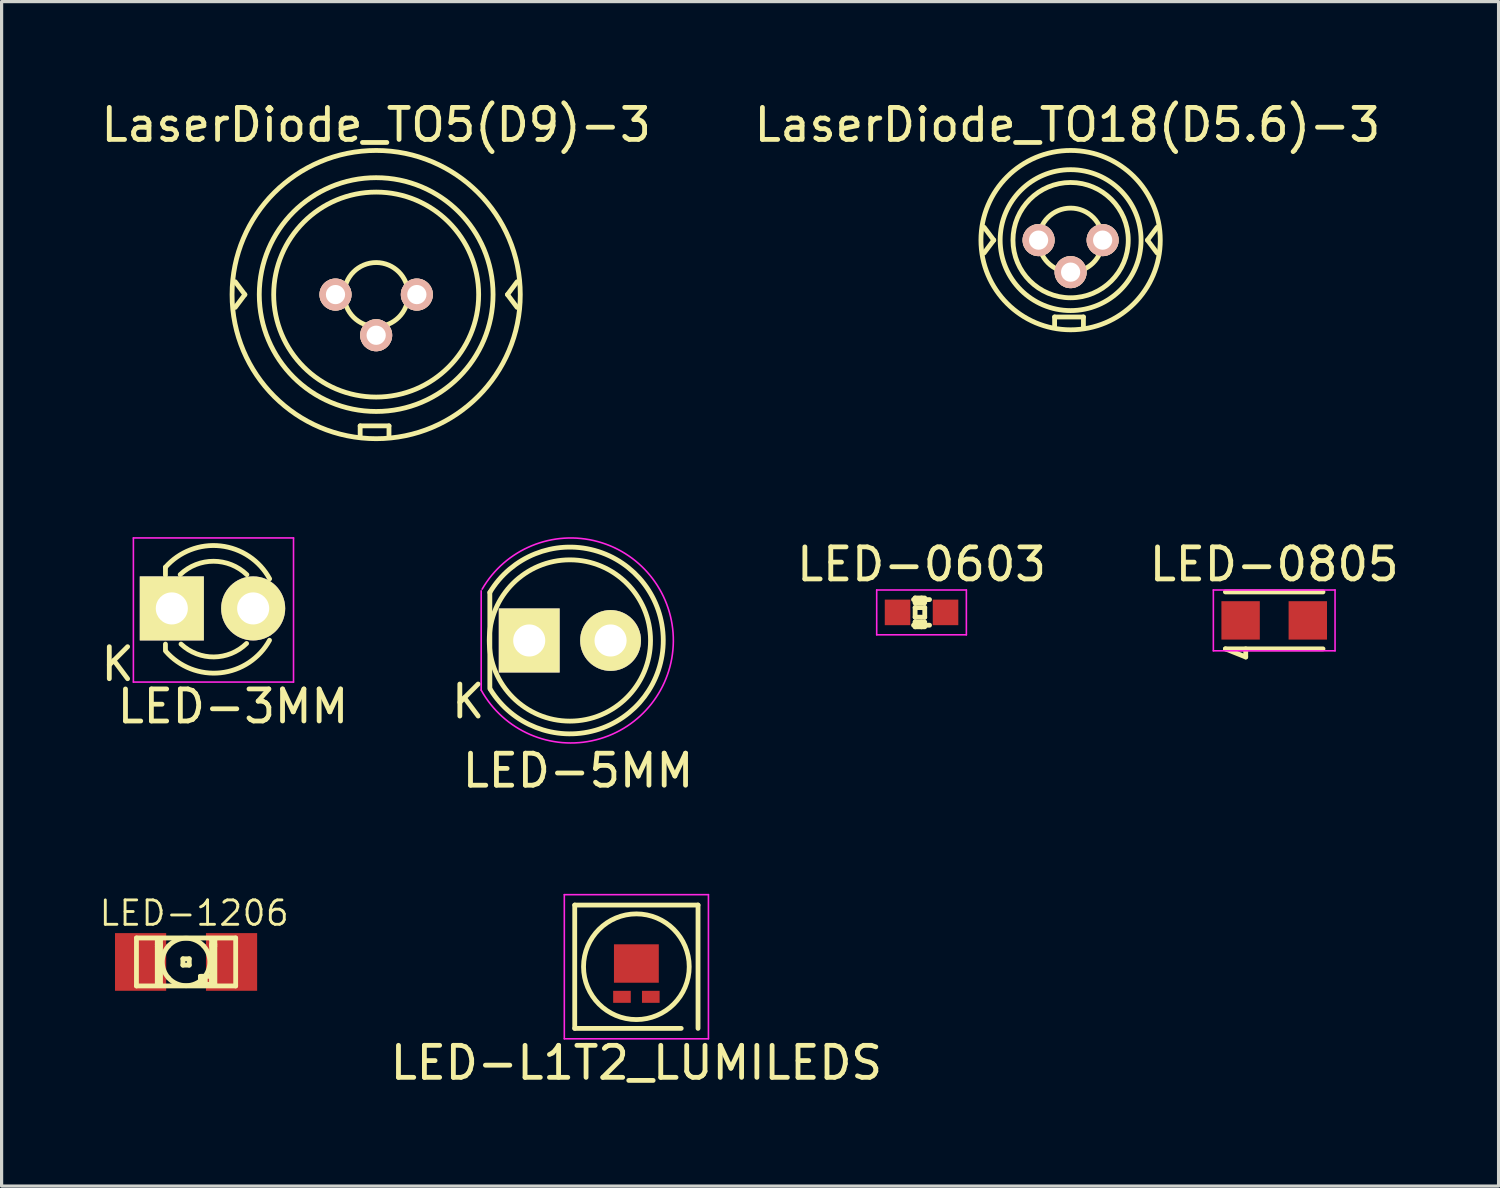
<source format=kicad_pcb>
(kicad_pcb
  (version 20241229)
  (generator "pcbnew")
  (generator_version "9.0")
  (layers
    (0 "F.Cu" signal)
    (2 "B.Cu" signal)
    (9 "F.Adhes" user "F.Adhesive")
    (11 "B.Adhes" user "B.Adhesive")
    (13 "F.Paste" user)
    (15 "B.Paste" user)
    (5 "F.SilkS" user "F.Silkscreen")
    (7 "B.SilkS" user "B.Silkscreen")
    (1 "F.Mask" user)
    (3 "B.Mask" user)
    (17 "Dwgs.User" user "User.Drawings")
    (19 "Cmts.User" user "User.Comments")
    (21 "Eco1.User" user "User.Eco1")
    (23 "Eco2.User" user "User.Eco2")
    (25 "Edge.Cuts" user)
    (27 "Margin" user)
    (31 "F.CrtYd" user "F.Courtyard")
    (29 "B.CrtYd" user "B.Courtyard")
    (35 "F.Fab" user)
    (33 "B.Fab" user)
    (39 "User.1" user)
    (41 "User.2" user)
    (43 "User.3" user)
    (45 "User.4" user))
  (footprint "LED-1206"
    (layer "F.Cu")
    (at 2.76 26.987)
    (property "Reference" "LED-1206" (at 0.254 -1.524 0) (layer "F.SilkS") (effects (font (size 0.762 0.762) (thickness 0.089))))
    (attr smd)
    (fp_line (start -1.549 -0.749) (end 1.549 -0.749) (stroke (width 0.15) (type solid)) (layer "F.SilkS"))
    (fp_line (start -1.549 0.749) (end -1.549 -0.749) (stroke (width 0.15) (type solid)) (layer "F.SilkS"))
    (fp_line (start -0.899 -0.699) (end -0.798 -0.699) (stroke (width 0.15) (type solid)) (layer "F.SilkS"))
    (fp_line (start -0.899 -0.549) (end -0.899 -0.699) (stroke (width 0.15) (type solid)) (layer "F.SilkS"))
    (fp_line (start -0.899 -0.549) (end -0.798 -0.549) (stroke (width 0.15) (type solid)) (layer "F.SilkS"))
    (fp_line (start -0.899 -0.498) (end -0.798 -0.498) (stroke (width 0.15) (type solid)) (layer "F.SilkS"))
    (fp_line (start -0.899 0.699) (end -0.899 -0.498) (stroke (width 0.15) (type solid)) (layer "F.SilkS"))
    (fp_line (start -0.899 0.699) (end -0.798 0.699) (stroke (width 0.15) (type solid)) (layer "F.SilkS"))
    (fp_line (start -0.798 -0.549) (end -0.798 -0.699) (stroke (width 0.15) (type solid)) (layer "F.SilkS"))
    (fp_line (start -0.798 0.699) (end -0.798 -0.498) (stroke (width 0.15) (type solid)) (layer "F.SilkS"))
    (fp_line (start -0.099 -0.099) (end 0.099 -0.099) (stroke (width 0.15) (type solid)) (layer "F.SilkS"))
    (fp_line (start -0.099 0.099) (end -0.099 -0.099) (stroke (width 0.15) (type solid)) (layer "F.SilkS"))
    (fp_line (start -0.099 0.099) (end 0.099 0.099) (stroke (width 0.15) (type solid)) (layer "F.SilkS"))
    (fp_line (start 0.099 0.099) (end 0.099 -0.099) (stroke (width 0.15) (type solid)) (layer "F.SilkS"))
    (fp_line (start 0.45 0.45) (end 0.599 0.45) (stroke (width 0.15) (type solid)) (layer "F.SilkS"))
    (fp_line (start 0.45 0.45) (end 0.798 0.45) (stroke (width 0.15) (type solid)) (layer "F.SilkS"))
    (fp_line (start 0.45 0.699) (end 0.45 0.45) (stroke (width 0.15) (type solid)) (layer "F.SilkS"))
    (fp_line (start 0.45 0.699) (end 0.45 0.45) (stroke (width 0.15) (type solid)) (layer "F.SilkS"))
    (fp_line (start 0.45 0.699) (end 0.599 0.699) (stroke (width 0.15) (type solid)) (layer "F.SilkS"))
    (fp_line (start 0.45 0.699) (end 0.798 0.699) (stroke (width 0.15) (type solid)) (layer "F.SilkS"))
    (fp_line (start 0.599 0.699) (end 0.599 0.45) (stroke (width 0.15) (type solid)) (layer "F.SilkS"))
    (fp_line (start 0.798 -0.699) (end 0.899 -0.699) (stroke (width 0.15) (type solid)) (layer "F.SilkS"))
    (fp_line (start 0.798 -0.549) (end 0.798 -0.699) (stroke (width 0.15) (type solid)) (layer "F.SilkS"))
    (fp_line (start 0.798 -0.549) (end 0.899 -0.549) (stroke (width 0.15) (type solid)) (layer "F.SilkS"))
    (fp_line (start 0.798 -0.498) (end 0.899 -0.498) (stroke (width 0.15) (type solid)) (layer "F.SilkS"))
    (fp_line (start 0.798 0.699) (end 0.798 -0.498) (stroke (width 0.15) (type solid)) (layer "F.SilkS"))
    (fp_line (start 0.798 0.699) (end 0.798 0.45) (stroke (width 0.15) (type solid)) (layer "F.SilkS"))
    (fp_line (start 0.798 0.699) (end 0.899 0.699) (stroke (width 0.15) (type solid)) (layer "F.SilkS"))
    (fp_line (start 0.899 -0.549) (end 0.899 -0.699) (stroke (width 0.15) (type solid)) (layer "F.SilkS"))
    (fp_line (start 0.899 0.699) (end 0.899 -0.498) (stroke (width 0.15) (type solid)) (layer "F.SilkS"))
    (fp_line (start 1.549 -0.749) (end 1.549 0.749) (stroke (width 0.15) (type solid)) (layer "F.SilkS"))
    (fp_line (start 1.549 0.749) (end -1.549 0.749) (stroke (width 0.15) (type solid)) (layer "F.SilkS"))
    (fp_arc (start -0.54864 -0.49784) (mid -0.001024 -0.740844) (end 0.547262 -0.499354) (stroke (width 0.15) (type solid)) (layer "F.SilkS"))
    (fp_arc (start -0.54864 0.49784) (mid -0.740844 -0.000377) (end -0.548133 -0.498398) (stroke (width 0.15) (type solid)) (layer "F.SilkS"))
    (fp_arc (start 0.54864 -0.49784) (mid 0.740844 0.000377) (end 0.548133 0.498398) (stroke (width 0.15) (type solid)) (layer "F.SilkS"))
    (fp_arc (start 0.54864 0.49784) (mid 0.001024 0.740844) (end -0.547262 0.499354) (stroke (width 0.15) (type solid)) (layer "F.SilkS"))
    (pad "1" smd rect (at -1.42 0) (size 1.598 1.801) (layers "F.Cu" "F.Mask" "F.Paste"))
    (pad "2" smd rect (at 1.42 0) (size 1.598 1.801) (layers "F.Cu" "F.Mask" "F.Paste")))
  (footprint "LED-L1T2_LUMILEDS"
    (layer "F.Cu")
    (at 16.821 27.136)
    (property "Reference" "LED-L1T2_LUMILEDS" (at 0 3 0) (layer "F.SilkS") (effects (font (size 1 1) (thickness 0.15))))
    (attr through_hole)
    (fp_line (start -1.925 -1.925) (end 1.925 -1.925) (stroke (width 0.15) (type solid)) (layer "F.SilkS"))
    (fp_line (start -1.925 1.925) (end -1.925 -1.925) (stroke (width 0.15) (type solid)) (layer "F.SilkS"))
    (fp_line (start 1.4 1.925) (end -1.925 1.925) (stroke (width 0.15) (type solid)) (layer "F.SilkS"))
    (fp_line (start 1.925 -1.925) (end 1.925 1.925) (stroke (width 0.15) (type solid)) (layer "F.SilkS"))
    (fp_circle (center 0 0) (end 0 -1.65) (stroke (width 0.15) (type solid)) (fill no) (layer "F.SilkS"))
    (fp_line (start -2.25 -2.25) (end 2.25 -2.25) (stroke (width 0.05) (type solid)) (layer "F.CrtYd"))
    (fp_line (start -2.25 2.25) (end -2.25 -2.25) (stroke (width 0.05) (type solid)) (layer "F.CrtYd"))
    (fp_line (start 2.25 -2.25) (end 2.25 2.25) (stroke (width 0.05) (type solid)) (layer "F.CrtYd"))
    (fp_line (start 2.25 2.25) (end -2.25 2.25) (stroke (width 0.05) (type solid)) (layer "F.CrtYd"))
    (pad "1" smd rect (at 0.45 0.94) (size 0.55 0.375) (layers "F.Cu" "F.Mask" "F.Paste"))
    (pad "2" smd rect (at -0.45 0.94) (size 0.55 0.375) (layers "F.Cu" "F.Mask" "F.Paste"))
    (pad "3" smd rect (at 0 -0.1) (size 1.4 1.2) (layers "F.Cu" "F.Mask" "F.Paste")))
  (footprint "LED-0603"
    (layer "F.Cu")
    (at 25.725 16.072)
    (property "Reference" "LED-0603" (at 0 -1.5 0) (layer "F.SilkS") (effects (font (size 1 1) (thickness 0.15))))
    (attr smd)
    (fp_line (start -0.25 -0.4) (end 0.25 -0.4) (stroke (width 0.15) (type solid)) (layer "F.SilkS"))
    (fp_line (start -0.2 -0.45) (end -0.2 -0.3) (stroke (width 0.15) (type solid)) (layer "F.SilkS"))
    (fp_line (start -0.2 -0.15) (end -0.2 0.15) (stroke (width 0.15) (type solid)) (layer "F.SilkS"))
    (fp_line (start -0.2 0.3) (end -0.2 0.45) (stroke (width 0.15) (type solid)) (layer "F.SilkS"))
    (fp_line (start 0 -0.45) (end 0 -0.3) (stroke (width 0.15) (type solid)) (layer "F.SilkS"))
    (fp_line (start 0 0.3) (end 0 0.45) (stroke (width 0.15) (type solid)) (layer "F.SilkS"))
    (fp_line (start 0.1 -0.45) (end -0.2 -0.45) (stroke (width 0.15) (type solid)) (layer "F.SilkS"))
    (fp_line (start 0.1 -0.3) (end -0.2 -0.3) (stroke (width 0.15) (type solid)) (layer "F.SilkS"))
    (fp_line (start 0.1 -0.15) (end -0.2 -0.15) (stroke (width 0.15) (type solid)) (layer "F.SilkS"))
    (fp_line (start 0.1 -0.15) (end 0.1 0.15) (stroke (width 0.15) (type solid)) (layer "F.SilkS"))
    (fp_line (start 0.1 0.15) (end -0.2 0.15) (stroke (width 0.15) (type solid)) (layer "F.SilkS"))
    (fp_line (start 0.1 0.3) (end -0.2 0.3) (stroke (width 0.15) (type solid)) (layer "F.SilkS"))
    (fp_line (start 0.1 0.45) (end -0.2 0.45) (stroke (width 0.15) (type solid)) (layer "F.SilkS"))
    (fp_line (start 0.25 0.4) (end -0.25 0.4) (stroke (width 0.15) (type solid)) (layer "F.SilkS"))
    (fp_line (start -1.4 -0.7) (end 1.4 -0.7) (stroke (width 0.05) (type solid)) (layer "F.CrtYd"))
    (fp_line (start -1.4 0.7) (end -1.4 -0.7) (stroke (width 0.05) (type solid)) (layer "F.CrtYd"))
    (fp_line (start 1.4 -0.7) (end 1.4 0.7) (stroke (width 0.05) (type solid)) (layer "F.CrtYd"))
    (fp_line (start 1.4 0.7) (end -1.4 0.7) (stroke (width 0.05) (type solid)) (layer "F.CrtYd"))
    (pad "1" smd rect (at -0.749 0 180) (size 0.798 0.798) (layers "F.Cu" "F.Mask" "F.Paste"))
    (pad "2" smd rect (at 0.749 0 180) (size 0.798 0.798) (layers "F.Cu" "F.Mask" "F.Paste")))
  (footprint "LED-5MM"
    (layer "F.Cu")
    (at 13.475 16.949)
    (property "Reference" "LED-5MM" (at 1.524 4.064 0) (layer "F.SilkS") (effects (font (size 1 1) (thickness 0.15))))
    (attr through_hole)
    (fp_line (start -1.23 1.5) (end -1.23 -1.5) (stroke (width 0.15) (type solid)) (layer "F.SilkS"))
    (fp_arc (start -1.23 -1.5) (mid 4.18544 -0.014565) (end -1.214888 1.524904) (stroke (width 0.15) (type solid)) (layer "F.SilkS"))
    (fp_circle (center 1.27 0) (end 0.97 -2.5) (stroke (width 0.15) (type solid)) (fill no) (layer "F.SilkS"))
    (fp_line (start -1.5 -1.55) (end -1.5 1.55) (stroke (width 0.05) (type solid)) (layer "F.CrtYd"))
    (fp_arc (start -1.470716 -1.601759) (mid 4.500252 0.029734) (end -1.5 1.55) (stroke (width 0.05) (type solid)) (layer "F.CrtYd"))
    (fp_text user "K" (at -1.905 1.905 0) (layer "F.SilkS") (effects (font (size 1 1) (thickness 0.15))))
    (pad "1" thru_hole rect (at 0 0 90) (size 2 1.9) (drill 1.001) (layers "*.Cu" "*.Mask" "F.SilkS"))
    (pad "2" thru_hole circle (at 2.54 0) (size 1.9 1.9) (drill 1.001) (layers "*.Cu" "*.Mask" "F.SilkS")))
  (footprint "LED-3MM"
    (layer "F.Cu")
    (at 2.315 15.948)
    (property "Reference" "LED-3MM" (at 1.91 3.06 0) (layer "F.SilkS") (effects (font (size 1 1) (thickness 0.15))))
    (attr through_hole)
    (fp_line (start -0.199 -1.286) (end -0.199 -1.036) (stroke (width 0.15) (type solid)) (layer "F.SilkS"))
    (fp_line (start -0.199 1.314) (end -0.199 1.114) (stroke (width 0.15) (type solid)) (layer "F.SilkS"))
    (fp_arc (start -0.199 -1.286) (mid 1.521916 -1.951849) (end 3.054424 -0.924072) (stroke (width 0.15) (type solid)) (layer "F.SilkS"))
    (fp_arc (start 0.261 -1.056) (mid 1.303491 -1.47255) (end 2.344598 -1.052555) (stroke (width 0.15) (type solid)) (layer "F.SilkS"))
    (fp_arc (start 2.335 1.094) (mid 1.31492 1.51473) (end 0.287111 1.113252) (stroke (width 0.15) (type solid)) (layer "F.SilkS"))
    (fp_arc (start 3.051 0.994) (mid 1.522637 2.009958) (end -0.18622 1.340726) (stroke (width 0.15) (type solid)) (layer "F.SilkS"))
    (fp_line (start -1.2 -2.2) (end -1.2 2.3) (stroke (width 0.05) (type solid)) (layer "F.CrtYd"))
    (fp_line (start -1.2 2.3) (end 3.8 2.3) (stroke (width 0.05) (type solid)) (layer "F.CrtYd"))
    (fp_line (start 3.8 -2.2) (end -1.2 -2.2) (stroke (width 0.05) (type solid)) (layer "F.CrtYd"))
    (fp_line (start 3.8 2.3) (end 3.8 -2.2) (stroke (width 0.05) (type solid)) (layer "F.CrtYd"))
    (fp_text user "K" (at -1.69 1.74 0) (layer "F.SilkS") (effects (font (size 1 1) (thickness 0.15))))
    (pad "1" thru_hole rect (at 0 0 90) (size 2 2) (drill 1.001) (layers "*.Cu" "*.Mask" "F.SilkS"))
    (pad "2" thru_hole circle (at 2.54 0) (size 2 2) (drill 1.001) (layers "*.Cu" "*.Mask" "F.SilkS")))
  (footprint "LED-0805"
    (layer "F.Cu")
    (at 36.737 16.322)
    (property "Reference" "LED-0805" (at 0 -1.75 0) (layer "F.SilkS") (effects (font (size 1 1) (thickness 0.15))))
    (attr smd)
    (fp_line (start -1.524 -0.889) (end 1.524 -0.889) (stroke (width 0.15) (type solid)) (layer "F.SilkS"))
    (fp_line (start -1.524 0.889) (end -0.889 1.143) (stroke (width 0.15) (type solid)) (layer "F.SilkS"))
    (fp_line (start -1.524 0.889) (end 1.524 0.889) (stroke (width 0.15) (type solid)) (layer "F.SilkS"))
    (fp_line (start -0.889 1.143) (end -0.889 0.889) (stroke (width 0.15) (type solid)) (layer "F.SilkS"))
    (fp_line (start -1.9 -0.95) (end 1.9 -0.95) (stroke (width 0.05) (type solid)) (layer "F.CrtYd"))
    (fp_line (start -1.9 0.95) (end -1.9 -0.95) (stroke (width 0.05) (type solid)) (layer "F.CrtYd"))
    (fp_line (start 1.9 -0.95) (end 1.9 0.95) (stroke (width 0.05) (type solid)) (layer "F.CrtYd"))
    (fp_line (start 1.9 0.95) (end -1.9 0.95) (stroke (width 0.05) (type solid)) (layer "F.CrtYd"))
    (pad "1" smd rect (at -1.049 0 180) (size 1.199 1.199) (layers "F.Cu" "F.Mask" "F.Paste"))
    (pad "2" smd rect (at 1.049 0 180) (size 1.199 1.199) (layers "F.Cu" "F.Mask" "F.Paste")))
  (footprint "LaserDiode_TO18(D5.6)-3"
    (layer "F.Cu")
    (at 30.38 4.448)
    (property "Reference" "LaserDiode_TO18(D5.6)-3" (at -0.1 -3.6 0) (layer "F.SilkS") (effects (font (size 1 1) (thickness 0.15))))
    (attr through_hole)
    (fp_line (start -2.4 0) (end -2.7 -0.4) (stroke (width 0.15) (type solid)) (layer "F.SilkS"))
    (fp_line (start -2.4 0) (end -2.7 0.4) (stroke (width 0.15) (type solid)) (layer "F.SilkS"))
    (fp_line (start -0.5 2.4) (end 0.4 2.4) (stroke (width 0.15) (type solid)) (layer "F.SilkS"))
    (fp_line (start -0.5 2.7) (end -0.5 2.4) (stroke (width 0.15) (type solid)) (layer "F.SilkS"))
    (fp_line (start 0.4 2.4) (end 0.4 2.7) (stroke (width 0.15) (type solid)) (layer "F.SilkS"))
    (fp_line (start 2.4 0) (end 2.7 0.4) (stroke (width 0.15) (type solid)) (layer "F.SilkS"))
    (fp_line (start 2.7 -0.4) (end 2.4 0) (stroke (width 0.15) (type solid)) (layer "F.SilkS"))
    (fp_circle (center 0 0) (end -2.8 0) (stroke (width 0.15) (type solid)) (fill no) (layer "F.SilkS"))
    (fp_circle (center 0 0) (end 1 0) (stroke (width 0.15) (type solid)) (fill no) (layer "F.SilkS"))
    (fp_circle (center 0 0) (end 1.8 0) (stroke (width 0.15) (type solid)) (fill no) (layer "F.SilkS"))
    (fp_circle (center 0 0) (end 2.2 0) (stroke (width 0.15) (type solid)) (fill no) (layer "F.SilkS"))
    (pad "1" thru_hole circle (at -1 0) (size 1 1) (drill 0.6) (layers "*.Cu" "*.SilkS" "*.Mask"))
    (pad "2" thru_hole circle (at 0 1) (size 1 1) (drill 0.6) (layers "*.Cu" "*.SilkS" "*.Mask"))
    (pad "3" thru_hole circle (at 1 0) (size 1 1) (drill 0.6) (layers "*.Cu" "*.SilkS" "*.Mask")))
  (footprint "LaserDiode_TO5(D9)-3"
    (layer "F.Cu")
    (at 8.696 6.148)
    (property "Reference" "LaserDiode_TO5(D9)-3" (at 0 -5.3 0) (layer "F.SilkS") (effects (font (size 1 1) (thickness 0.15))))
    (attr through_hole)
    (fp_line (start -4.1 0) (end -4.4 -0.4) (stroke (width 0.15) (type solid)) (layer "F.SilkS"))
    (fp_line (start -4.1 0) (end -4.4 0.4) (stroke (width 0.15) (type solid)) (layer "F.SilkS"))
    (fp_line (start -0.5 4.1) (end 0.4 4.1) (stroke (width 0.15) (type solid)) (layer "F.SilkS"))
    (fp_line (start -0.5 4.4) (end -0.5 4.1) (stroke (width 0.15) (type solid)) (layer "F.SilkS"))
    (fp_line (start 0.4 4.1) (end 0.4 4.4) (stroke (width 0.15) (type solid)) (layer "F.SilkS"))
    (fp_line (start 4.1 0) (end 4.4 0.4) (stroke (width 0.15) (type solid)) (layer "F.SilkS"))
    (fp_line (start 4.4 -0.4) (end 4.1 0) (stroke (width 0.15) (type solid)) (layer "F.SilkS"))
    (fp_circle (center 0 0) (end -4.5 0) (stroke (width 0.15) (type solid)) (fill no) (layer "F.SilkS"))
    (fp_circle (center 0 0) (end 1 0) (stroke (width 0.15) (type solid)) (fill no) (layer "F.SilkS"))
    (fp_circle (center 0 0) (end 3.2 0) (stroke (width 0.15) (type solid)) (fill no) (layer "F.SilkS"))
    (fp_circle (center 0 0) (end 3.65 0) (stroke (width 0.15) (type solid)) (fill no) (layer "F.SilkS"))
    (pad "1" thru_hole circle (at -1.27 0) (size 1 1) (drill 0.6) (layers "*.Cu" "*.SilkS" "*.Mask"))
    (pad "2" thru_hole circle (at 0 1.27) (size 1 1) (drill 0.6) (layers "*.Cu" "*.SilkS" "*.Mask"))
    (pad "3" thru_hole circle (at 1.27 0) (size 1 1) (drill 0.6) (layers "*.Cu" "*.SilkS" "*.Mask")))
  (gr_rect
    (start -3 -3)
    (end 43.743 33.984)
    (stroke (width 0.1) (type default))
    (fill no)
    (layer "Edge.Cuts")))
</source>
